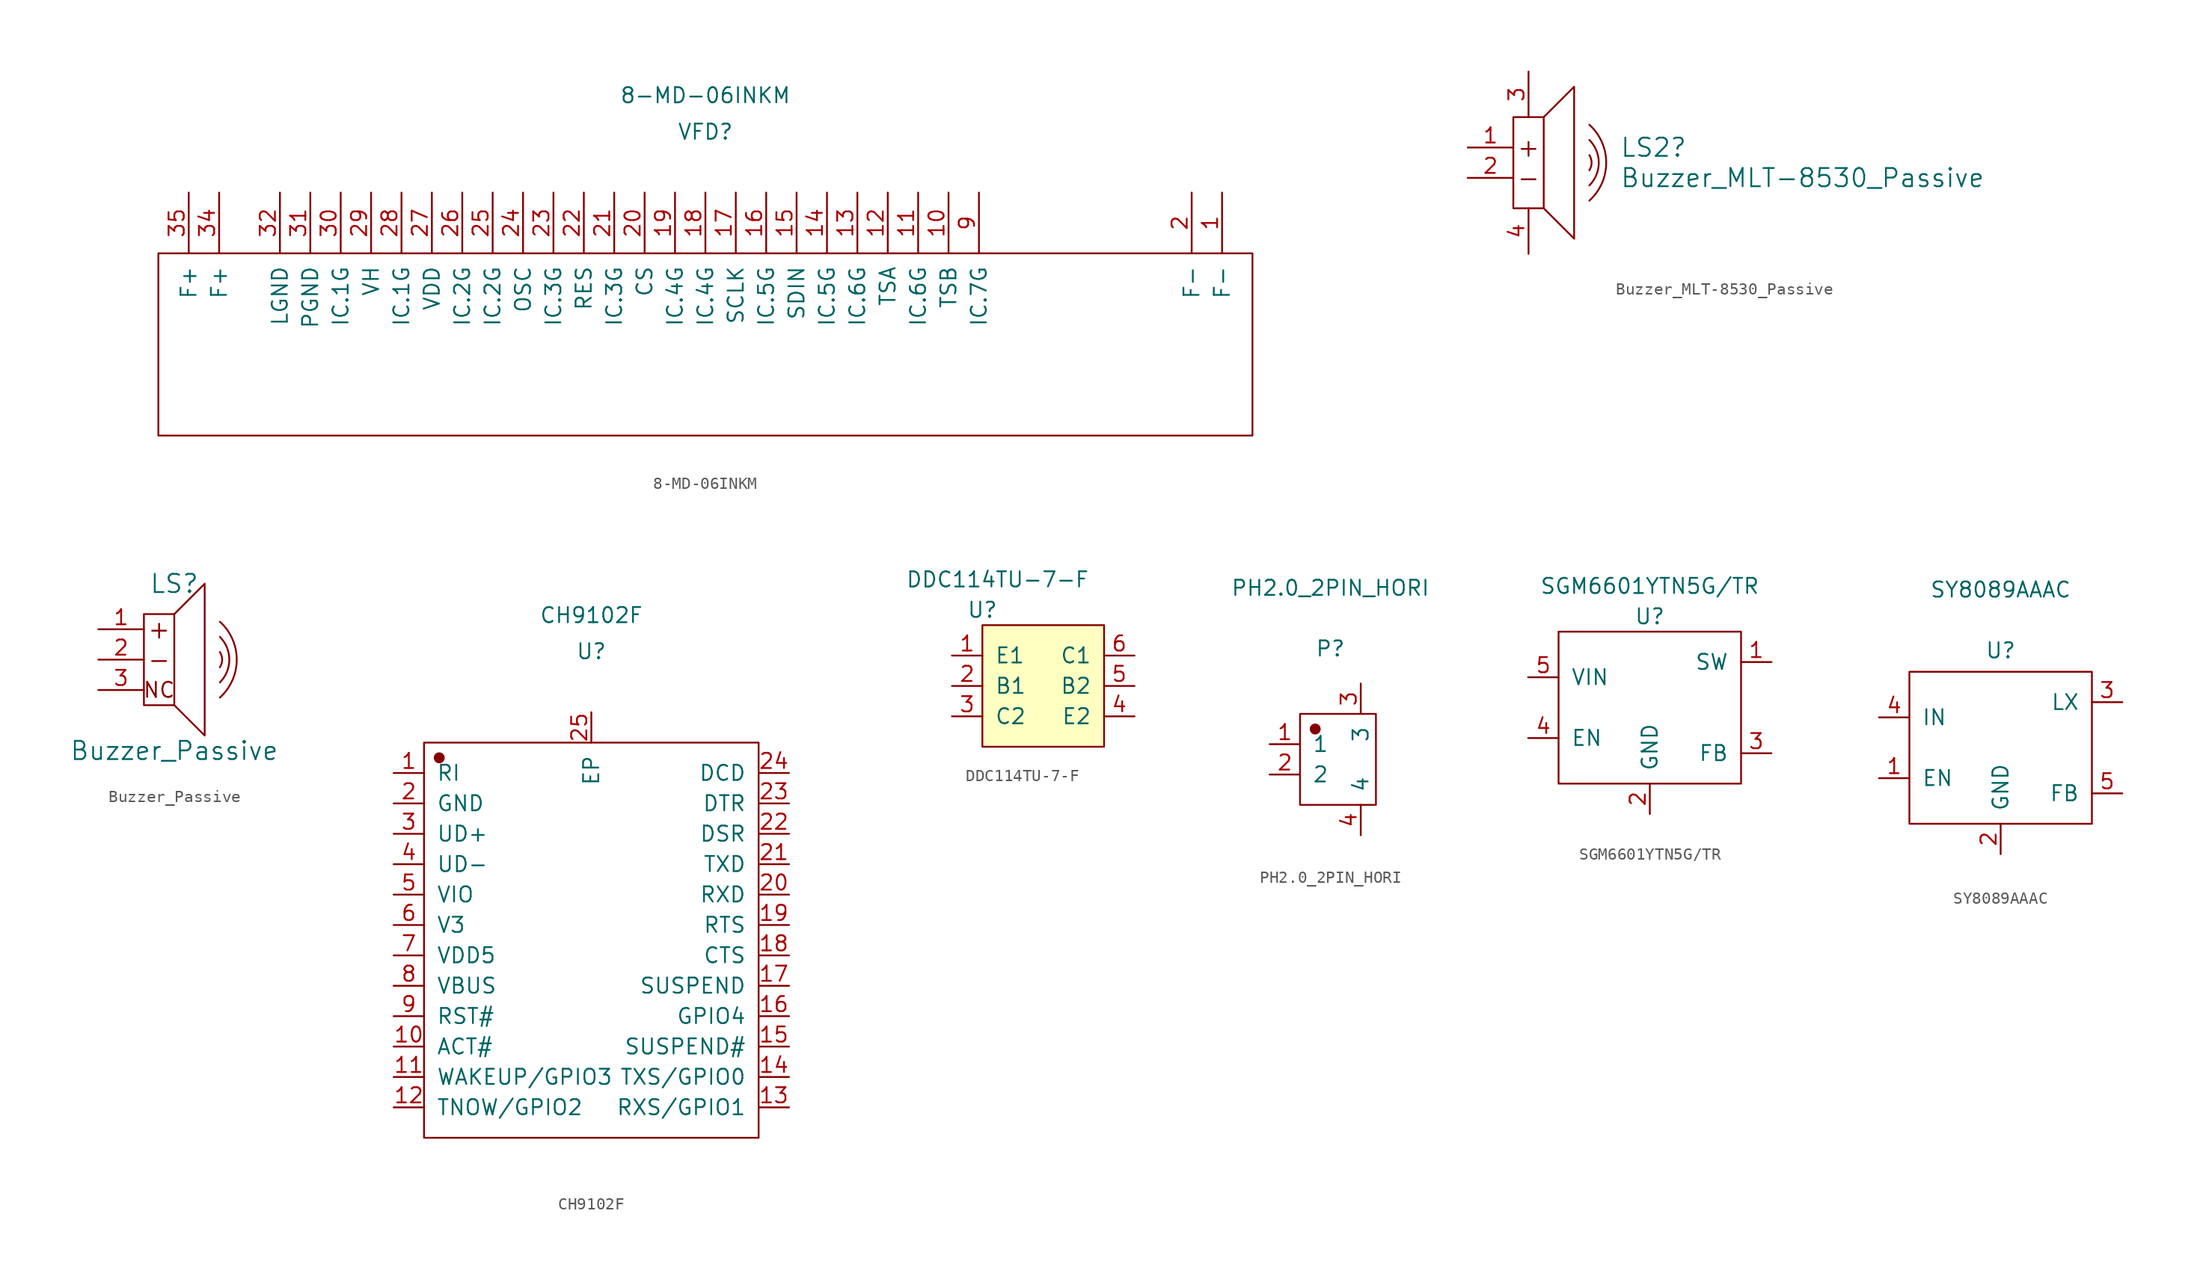
<source format=kicad_sym>
(kicad_symbol_lib
  (version 20220914)
  (generator kicad_symbol_editor)
  (symbol "8-MD-06INKM"
    (pin_names
      (offset 1.016))
    (property "Reference" "VFD"
      (at 0 15.24 0)
      (effects (font (size 1.27 1.27))))
    (property "Value" "8-MD-06INKM"
      (at 0 18.288 0)
      (effects (font (size 1.27 1.27))))
    (symbol "8-MD-06INKM_1_1"
      (rectangle (start -45.72 5.08) (end 45.72 -10.16) (stroke (width 0.152) (type solid)) (fill (type none)))
      (pin input line (at 43.18 10.16 270) (length 5.08) (name "F-" (effects (font (size 1.27 1.27)))) (number "1" (effects (font (size 1.27 1.27)))))
      (pin input line (at 20.32 10.16 270) (length 5.08) (name "TSB" (effects (font (size 1.27 1.27)))) (number "10" (effects (font (size 1.27 1.27)))))
      (pin input line (at 17.78 10.16 270) (length 5.08) (name "IC.6G" (effects (font (size 1.27 1.27)))) (number "11" (effects (font (size 1.27 1.27)))))
      (pin input line (at 15.24 10.16 270) (length 5.08) (name "TSA" (effects (font (size 1.27 1.27)))) (number "12" (effects (font (size 1.27 1.27)))))
      (pin input line (at 12.7 10.16 270) (length 5.08) (name "IC.6G" (effects (font (size 1.27 1.27)))) (number "13" (effects (font (size 1.27 1.27)))))
      (pin input line (at 10.16 10.16 270) (length 5.08) (name "IC.5G" (effects (font (size 1.27 1.27)))) (number "14" (effects (font (size 1.27 1.27)))))
      (pin input line (at 7.62 10.16 270) (length 5.08) (name "SDIN" (effects (font (size 1.27 1.27)))) (number "15" (effects (font (size 1.27 1.27)))))
      (pin input line (at 5.08 10.16 270) (length 5.08) (name "IC.5G" (effects (font (size 1.27 1.27)))) (number "16" (effects (font (size 1.27 1.27)))))
      (pin input line (at 2.54 10.16 270) (length 5.08) (name "SCLK" (effects (font (size 1.27 1.27)))) (number "17" (effects (font (size 1.27 1.27)))))
      (pin input line (at 0 10.16 270) (length 5.08) (name "IC.4G" (effects (font (size 1.27 1.27)))) (number "18" (effects (font (size 1.27 1.27)))))
      (pin input line (at -2.54 10.16 270) (length 5.08) (name "IC.4G" (effects (font (size 1.27 1.27)))) (number "19" (effects (font (size 1.27 1.27)))))
      (pin input line (at 40.64 10.16 270) (length 5.08) (name "F-" (effects (font (size 1.27 1.27)))) (number "2" (effects (font (size 1.27 1.27)))))
      (pin input line (at -5.08 10.16 270) (length 5.08) (name "CS" (effects (font (size 1.27 1.27)))) (number "20" (effects (font (size 1.27 1.27)))))
      (pin input line (at -7.62 10.16 270) (length 5.08) (name "IC.3G" (effects (font (size 1.27 1.27)))) (number "21" (effects (font (size 1.27 1.27)))))
      (pin input line (at -10.16 10.16 270) (length 5.08) (name "RES" (effects (font (size 1.27 1.27)))) (number "22" (effects (font (size 1.27 1.27)))))
      (pin input line (at -12.7 10.16 270) (length 5.08) (name "IC.3G" (effects (font (size 1.27 1.27)))) (number "23" (effects (font (size 1.27 1.27)))))
      (pin input line (at -15.24 10.16 270) (length 5.08) (name "OSC" (effects (font (size 1.27 1.27)))) (number "24" (effects (font (size 1.27 1.27)))))
      (pin input line (at -17.78 10.16 270) (length 5.08) (name "IC.2G" (effects (font (size 1.27 1.27)))) (number "25" (effects (font (size 1.27 1.27)))))
      (pin input line (at -20.32 10.16 270) (length 5.08) (name "IC.2G" (effects (font (size 1.27 1.27)))) (number "26" (effects (font (size 1.27 1.27)))))
      (pin input line (at -22.86 10.16 270) (length 5.08) (name "VDD" (effects (font (size 1.27 1.27)))) (number "27" (effects (font (size 1.27 1.27)))))
      (pin input line (at -25.4 10.16 270) (length 5.08) (name "IC.1G" (effects (font (size 1.27 1.27)))) (number "28" (effects (font (size 1.27 1.27)))))
      (pin input line (at -27.94 10.16 270) (length 5.08) (name "VH" (effects (font (size 1.27 1.27)))) (number "29" (effects (font (size 1.27 1.27)))))
      (pin input line (at -30.48 10.16 270) (length 5.08) (name "IC.1G" (effects (font (size 1.27 1.27)))) (number "30" (effects (font (size 1.27 1.27)))))
      (pin input line (at -33.02 10.16 270) (length 5.08) (name "PGND" (effects (font (size 1.27 1.27)))) (number "31" (effects (font (size 1.27 1.27)))))
      (pin input line (at -35.56 10.16 270) (length 5.08) (name "LGND" (effects (font (size 1.27 1.27)))) (number "32" (effects (font (size 1.27 1.27)))))
      (pin input line (at -40.64 10.16 270) (length 5.08) (name "F+" (effects (font (size 1.27 1.27)))) (number "34" (effects (font (size 1.27 1.27)))))
      (pin input line (at -43.18 10.16 270) (length 5.08) (name "F+" (effects (font (size 1.27 1.27)))) (number "35" (effects (font (size 1.27 1.27)))))
      (pin input line (at 22.86 10.16 270) (length 5.08) (name "IC.7G" (effects (font (size 1.27 1.27)))) (number "9" (effects (font (size 1.27 1.27)))))))
  (symbol "Buzzer_MLT-8530_Passive"
    (pin_names
      (offset 1.016))
    (property "Reference" "LS2"
      (at 6.35 1.27 0)
      (effects (font (size 1.524 1.524)) (justify left)))
    (property "Value" "Buzzer_MLT-8530_Passive"
      (at 6.35 -1.27 0)
      (effects (font (size 1.524 1.524)) (justify left)))
    (symbol "Buzzer_MLT-8530_Passive_0_0"
      (arc (start 3.81 -3.175) (mid 5.2198 0) (end 3.81 3.175) (stroke (width 0) (type default)) (fill (type none)))
      (arc (start 3.81 -1.905) (mid 4.5991 0) (end 3.81 1.905) (stroke (width 0) (type default)) (fill (type none)))
      (text "+" (at -1.27 1.27 0) (effects (font (size 1.524 1.524))))
      (text "-" (at -1.27 -1.27 0) (effects (font (size 1.524 1.524)))))
    (symbol "Buzzer_MLT-8530_Passive_0_1"
      (rectangle (start -2.54 3.81) (end 0 -3.81) (stroke (width 0) (type default)) (fill (type none)))
      (polyline (pts (xy 0 3.81) (xy 2.54 6.35) (xy 2.54 -6.35) (xy 0 -3.81)) (stroke (width 0) (type default)) (fill (type none))))
    (symbol "Buzzer_MLT-8530_Passive_1_0"
      (arc (start 3.81 -0.635) (mid 4.0002 0) (end 3.81 0.635) (stroke (width 0) (type default)) (fill (type none))))
    (symbol "Buzzer_MLT-8530_Passive_1_1"
      (pin power_in line (at -6.35 1.27 0) (length 3.81) (name "~" (effects (font (size 1.27 1.27)))) (number "1" (effects (font (size 1.27 1.27)))))
      (pin power_in line (at -6.35 -1.27 0) (length 3.81) (name "~" (effects (font (size 1.27 1.27)))) (number "2" (effects (font (size 1.27 1.27)))))
      (pin passive line (at -1.27 7.62 270) (length 3.81) (name "~" (effects (font (size 1.27 1.27)))) (number "3" (effects (font (size 1.27 1.27)))))
      (pin passive line (at -1.27 -7.62 90) (length 3.81) (name "~" (effects (font (size 1.27 1.27)))) (number "4" (effects (font (size 1.27 1.27)))))))
  (symbol "Buzzer_Passive"
    (pin_names
      (offset 1.016))
    (property "Reference" "LS"
      (at 0 6.35 0)
      (effects (font (size 1.524 1.524))))
    (property "Value" "Buzzer_Passive"
      (at 0 -7.62 0)
      (effects (font (size 1.524 1.524))))
    (symbol "Buzzer_Passive_0_0"
      (arc (start 3.81 -3.175) (mid 5.2198 0) (end 3.81 3.175) (stroke (width 0) (type default)) (fill (type none)))
      (arc (start 3.81 -1.905) (mid 4.5991 0) (end 3.81 1.905) (stroke (width 0) (type default)) (fill (type none)))
      (text "+" (at -1.27 2.54 0) (effects (font (size 1.524 1.524))))
      (text "-" (at -1.27 0 0) (effects (font (size 1.524 1.524))))
      (text "NC" (at -1.27 -2.54 0) (effects (font (size 1.27 1.27)))))
    (symbol "Buzzer_Passive_0_1"
      (rectangle (start -2.54 3.81) (end 0 -3.81) (stroke (width 0) (type default)) (fill (type none)))
      (polyline (pts (xy 0 3.81) (xy 2.54 6.35) (xy 2.54 -6.35) (xy 0 -3.81)) (stroke (width 0) (type default)) (fill (type none))))
    (symbol "Buzzer_Passive_1_0"
      (arc (start 3.81 -0.635) (mid 4.0002 0) (end 3.81 0.635) (stroke (width 0) (type default)) (fill (type none))))
    (symbol "Buzzer_Passive_1_1"
      (pin power_in line (at -6.35 2.54 0) (length 3.81) (name "~" (effects (font (size 1.27 1.27)))) (number "1" (effects (font (size 1.27 1.27)))))
      (pin power_in line (at -6.35 0 0) (length 3.81) (name "~" (effects (font (size 1.27 1.27)))) (number "2" (effects (font (size 1.27 1.27)))))
      (pin passive line (at -6.35 -2.54 0) (length 3.81) (name "~" (effects (font (size 1.27 1.27)))) (number "3" (effects (font (size 1.27 1.27)))))))
  (symbol "CH9102F"
    (pin_names
      (offset 1.016))
    (property "Reference" "U"
      (at 0 24.13 0)
      (effects (font (size 1.27 1.27))))
    (property "Value" "CH9102F"
      (at 0 27.153 0)
      (effects (font (size 1.27 1.27))))
    (symbol "CH9102F_1_1"
      (rectangle (start -13.97 16.51) (end 13.97 -16.51) (stroke (width 0.152) (type default)) (fill (type none)))
      (circle (center -12.7 15.24) (radius 0.381) (stroke (width 0.152) (type default)) (fill (type outline)))
      (pin input line (at -16.51 13.97 0) (length 2.54) (name "RI" (effects (font (size 1.27 1.27)))) (number "1" (effects (font (size 1.27 1.27)))))
      (pin input line (at -16.51 -8.89 0) (length 2.54) (name "ACT#" (effects (font (size 1.27 1.27)))) (number "10" (effects (font (size 1.27 1.27)))))
      (pin input line (at -16.51 -11.43 0) (length 2.54) (name "WAKEUP/GPIO3" (effects (font (size 1.27 1.27)))) (number "11" (effects (font (size 1.27 1.27)))))
      (pin input line (at -16.51 -13.97 0) (length 2.54) (name "TNOW/GPIO2" (effects (font (size 1.27 1.27)))) (number "12" (effects (font (size 1.27 1.27)))))
      (pin input line (at 16.51 -13.97 180) (length 2.54) (name "RXS/GPIO1" (effects (font (size 1.27 1.27)))) (number "13" (effects (font (size 1.27 1.27)))))
      (pin input line (at 16.51 -11.43 180) (length 2.54) (name "TXS/GPIO0" (effects (font (size 1.27 1.27)))) (number "14" (effects (font (size 1.27 1.27)))))
      (pin input line (at 16.51 -8.89 180) (length 2.54) (name "SUSPEND#" (effects (font (size 1.27 1.27)))) (number "15" (effects (font (size 1.27 1.27)))))
      (pin input line (at 16.51 -6.35 180) (length 2.54) (name "GPIO4" (effects (font (size 1.27 1.27)))) (number "16" (effects (font (size 1.27 1.27)))))
      (pin input line (at 16.51 -3.81 180) (length 2.54) (name "SUSPEND" (effects (font (size 1.27 1.27)))) (number "17" (effects (font (size 1.27 1.27)))))
      (pin input line (at 16.51 -1.27 180) (length 2.54) (name "CTS" (effects (font (size 1.27 1.27)))) (number "18" (effects (font (size 1.27 1.27)))))
      (pin input line (at 16.51 1.27 180) (length 2.54) (name "RTS" (effects (font (size 1.27 1.27)))) (number "19" (effects (font (size 1.27 1.27)))))
      (pin input line (at -16.51 11.43 0) (length 2.54) (name "GND" (effects (font (size 1.27 1.27)))) (number "2" (effects (font (size 1.27 1.27)))))
      (pin input line (at 16.51 3.81 180) (length 2.54) (name "RXD" (effects (font (size 1.27 1.27)))) (number "20" (effects (font (size 1.27 1.27)))))
      (pin input line (at 16.51 6.35 180) (length 2.54) (name "TXD" (effects (font (size 1.27 1.27)))) (number "21" (effects (font (size 1.27 1.27)))))
      (pin input line (at 16.51 8.89 180) (length 2.54) (name "DSR" (effects (font (size 1.27 1.27)))) (number "22" (effects (font (size 1.27 1.27)))))
      (pin input line (at 16.51 11.43 180) (length 2.54) (name "DTR" (effects (font (size 1.27 1.27)))) (number "23" (effects (font (size 1.27 1.27)))))
      (pin input line (at 16.51 13.97 180) (length 2.54) (name "DCD" (effects (font (size 1.27 1.27)))) (number "24" (effects (font (size 1.27 1.27)))))
      (pin input line (at 0 19.05 270) (length 2.54) (name "EP" (effects (font (size 1.27 1.27)))) (number "25" (effects (font (size 1.27 1.27)))))
      (pin input line (at -16.51 8.89 0) (length 2.54) (name "UD+" (effects (font (size 1.27 1.27)))) (number "3" (effects (font (size 1.27 1.27)))))
      (pin input line (at -16.51 6.35 0) (length 2.54) (name "UD-" (effects (font (size 1.27 1.27)))) (number "4" (effects (font (size 1.27 1.27)))))
      (pin input line (at -16.51 3.81 0) (length 2.54) (name "VIO" (effects (font (size 1.27 1.27)))) (number "5" (effects (font (size 1.27 1.27)))))
      (pin input line (at -16.51 1.27 0) (length 2.54) (name "V3" (effects (font (size 1.27 1.27)))) (number "6" (effects (font (size 1.27 1.27)))))
      (pin input line (at -16.51 -1.27 0) (length 2.54) (name "VDD5" (effects (font (size 1.27 1.27)))) (number "7" (effects (font (size 1.27 1.27)))))
      (pin input line (at -16.51 -3.81 0) (length 2.54) (name "VBUS" (effects (font (size 1.27 1.27)))) (number "8" (effects (font (size 1.27 1.27)))))
      (pin input line (at -16.51 -6.35 0) (length 2.54) (name "RST#" (effects (font (size 1.27 1.27)))) (number "9" (effects (font (size 1.27 1.27)))))))
  (symbol "DDC114TU-7-F"
    (pin_names
      (offset 1.016))
    (property "Reference" "U"
      (at 0 1.27 0)
      (effects (font (size 1.27 1.27))))
    (property "Value" "DDC114TU-7-F"
      (at 1.27 3.81 0)
      (effects (font (size 1.27 1.27))))
    (symbol "DDC114TU-7-F_0_1"
      (rectangle (start 0 0) (end 10.16 -10.16) (stroke (width 0) (type default)) (fill (type background))))
    (symbol "DDC114TU-7-F_1_1"
      (pin passive line (at -2.54 -2.54 0) (length 2.54) (name "E1" (effects (font (size 1.27 1.27)))) (number "1" (effects (font (size 1.27 1.27)))))
      (pin passive line (at -2.54 -5.08 0) (length 2.54) (name "B1" (effects (font (size 1.27 1.27)))) (number "2" (effects (font (size 1.27 1.27)))))
      (pin passive line (at -2.54 -7.62 0) (length 2.54) (name "C2" (effects (font (size 1.27 1.27)))) (number "3" (effects (font (size 1.27 1.27)))))
      (pin passive line (at 12.7 -7.62 180) (length 2.54) (name "E2" (effects (font (size 1.27 1.27)))) (number "4" (effects (font (size 1.27 1.27)))))
      (pin passive line (at 12.7 -5.08 180) (length 2.54) (name "B2" (effects (font (size 1.27 1.27)))) (number "5" (effects (font (size 1.27 1.27)))))
      (pin passive line (at 12.7 -2.54 180) (length 2.54) (name "C1" (effects (font (size 1.27 1.27)))) (number "6" (effects (font (size 1.27 1.27)))))))
  (symbol "PH2.0_2PIN_HORI"
    (pin_names
      (offset 1.016))
    (property "Reference" "P"
      (at 0 10.541 0)
      (effects (font (size 1.27 1.27))))
    (property "Value" "PH2.0_2PIN_HORI"
      (at 0 15.621 0)
      (effects (font (size 1.27 1.27))))
    (symbol "PH2.0_2PIN_HORI_1_1"
      (rectangle (start -2.54 5.08) (end 3.81 -2.54) (stroke (width 0.152) (type default)) (fill (type none)))
      (circle (center -1.27 3.81) (radius 0.381) (stroke (width 0.152) (type default)) (fill (type outline)))
      (pin input line (at -5.08 2.54 0) (length 2.54) (name "1" (effects (font (size 1.27 1.27)))) (number "1" (effects (font (size 1.27 1.27)))))
      (pin input line (at -5.08 0 0) (length 2.54) (name "2" (effects (font (size 1.27 1.27)))) (number "2" (effects (font (size 1.27 1.27)))))
      (pin input line (at 2.54 7.62 270) (length 2.54) (name "3" (effects (font (size 1.27 1.27)))) (number "3" (effects (font (size 1.27 1.27)))))
      (pin input line (at 2.54 -5.08 90) (length 2.54) (name "4" (effects (font (size 1.27 1.27)))) (number "4" (effects (font (size 1.27 1.27)))))))
  (symbol "SGM6601YTN5G/TR"
    (pin_names
      (offset 1.016))
    (property "Reference" "U"
      (at 0 7.62 0)
      (effects (font (size 1.27 1.27))))
    (property "Value" "SGM6601YTN5G/TR"
      (at 0 10.16 0)
      (effects (font (size 1.27 1.27))))
    (symbol "SGM6601YTN5G/TR_1_1"
      (rectangle (start -7.62 6.35) (end 7.62 -6.35) (stroke (width 0.152) (type default)) (fill (type none)))
      (pin input line (at 10.16 3.81 180) (length 2.54) (name "SW" (effects (font (size 1.27 1.27)))) (number "1" (effects (font (size 1.27 1.27)))))
      (pin input line (at 0 -8.89 90) (length 2.54) (name "GND" (effects (font (size 1.27 1.27)))) (number "2" (effects (font (size 1.27 1.27)))))
      (pin input line (at 10.16 -3.81 180) (length 2.54) (name "FB" (effects (font (size 1.27 1.27)))) (number "3" (effects (font (size 1.27 1.27)))))
      (pin input line (at -10.16 -2.54 0) (length 2.54) (name "EN" (effects (font (size 1.27 1.27)))) (number "4" (effects (font (size 1.27 1.27)))))
      (pin input line (at -10.16 2.54 0) (length 2.54) (name "VIN" (effects (font (size 1.27 1.27)))) (number "5" (effects (font (size 1.27 1.27)))))))
  (symbol "SY8089AAAC"
    (pin_names
      (offset 1.016))
    (property "Reference" "U"
      (at 0 8.128 0)
      (effects (font (size 1.27 1.27))))
    (property "Value" "SY8089AAAC"
      (at 0 13.208 0)
      (effects (font (size 1.27 1.27))))
    (symbol "SY8089AAAC_1_1"
      (rectangle (start -7.62 6.35) (end 7.62 -6.35) (stroke (width 0.152) (type default)) (fill (type none)))
      (pin input line (at -10.16 -2.54 0) (length 2.54) (name "EN" (effects (font (size 1.27 1.27)))) (number "1" (effects (font (size 1.27 1.27)))))
      (pin input line (at 0 -8.89 90) (length 2.54) (name "GND" (effects (font (size 1.27 1.27)))) (number "2" (effects (font (size 1.27 1.27)))))
      (pin input line (at 10.16 3.81 180) (length 2.54) (name "LX" (effects (font (size 1.27 1.27)))) (number "3" (effects (font (size 1.27 1.27)))))
      (pin input line (at -10.16 2.54 0) (length 2.54) (name "IN" (effects (font (size 1.27 1.27)))) (number "4" (effects (font (size 1.27 1.27)))))
      (pin input line (at 10.16 -3.81 180) (length 2.54) (name "FB" (effects (font (size 1.27 1.27)))) (number "5" (effects (font (size 1.27 1.27))))))))
</source>
